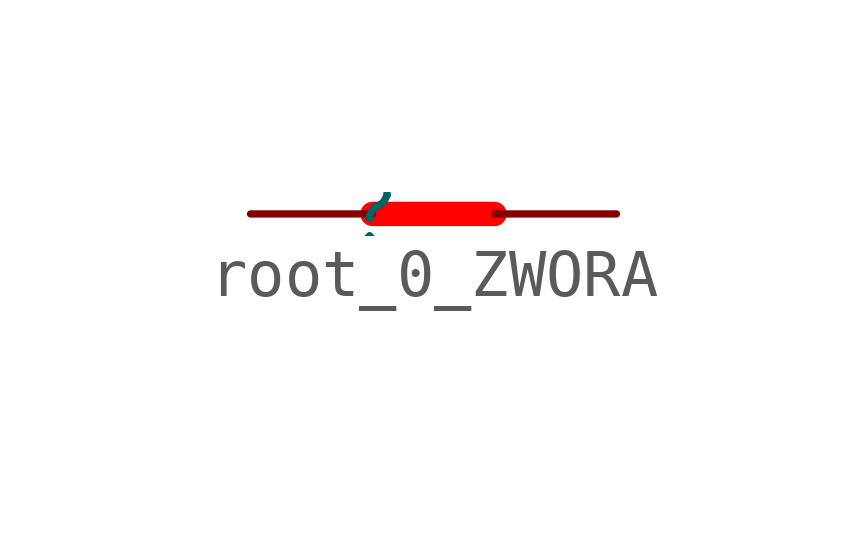
<source format=kicad_sym>
(kicad_symbol_lib
  (version 20231120)
  (generator "kicad_symbol_editor")
  (generator_version "8.0")
  (symbol "root_0_ZWORA"
    (property "Reference" ""
      (at 0 0 0)
      (effects (font (size 1.27 1.27))))
    (property "Value" ""
      (at 0 0 0)
      (effects (font (size 1.27 1.27))))
    (symbol "root_0_ZWORA_1_0"
      (polyline (pts (xy 0 0) (xy 2.54 0) (xy 0 0)) (stroke (width 0.508) (type solid) (color 255 0 0 1)) (fill (type none)))
      (pin passive line (at -2.54 0 0) (length 2.54) (name "" (effects (font (size 0 0)))) (number "1" (effects (font (size 0 0)))))
      (pin passive line (at 5.08 0 180) (length 2.54) (name "" (effects (font (size 0 0)))) (number "2" (effects (font (size 0 0))))))))
</source>
